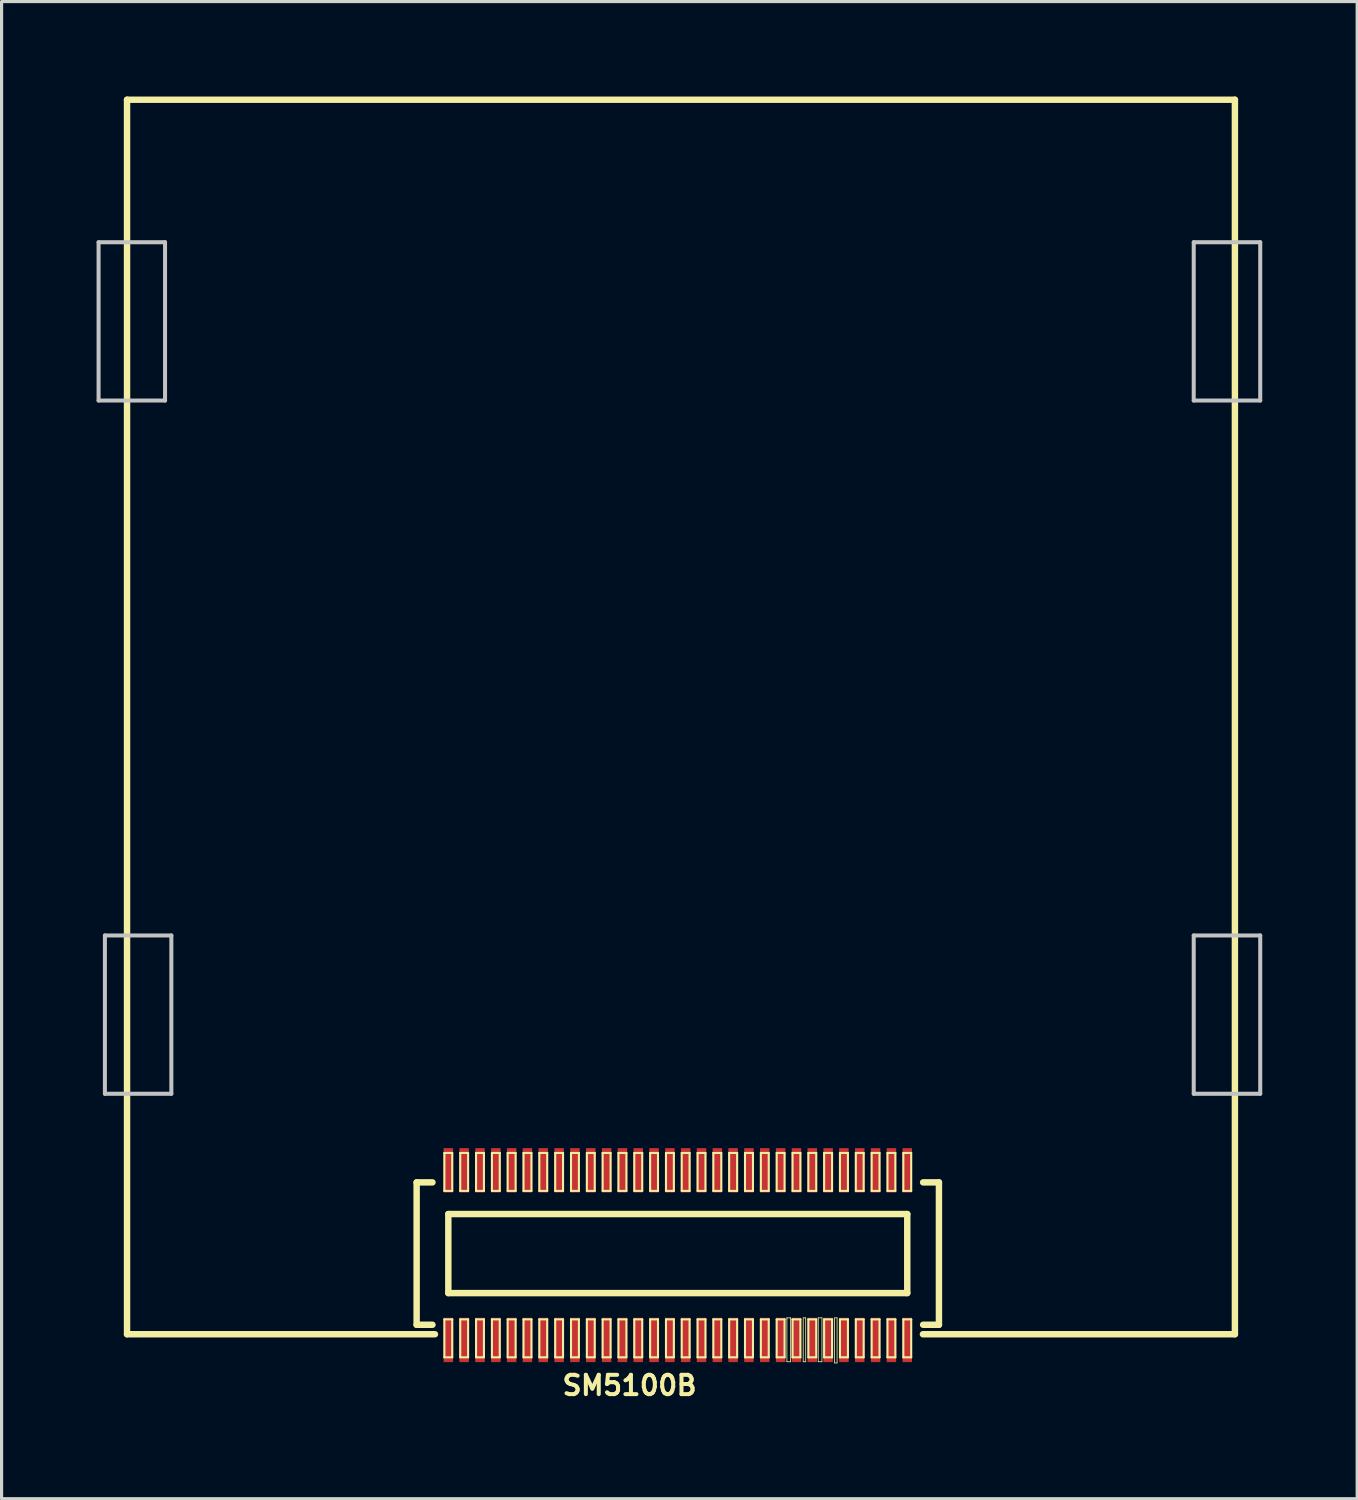
<source format=kicad_pcb>
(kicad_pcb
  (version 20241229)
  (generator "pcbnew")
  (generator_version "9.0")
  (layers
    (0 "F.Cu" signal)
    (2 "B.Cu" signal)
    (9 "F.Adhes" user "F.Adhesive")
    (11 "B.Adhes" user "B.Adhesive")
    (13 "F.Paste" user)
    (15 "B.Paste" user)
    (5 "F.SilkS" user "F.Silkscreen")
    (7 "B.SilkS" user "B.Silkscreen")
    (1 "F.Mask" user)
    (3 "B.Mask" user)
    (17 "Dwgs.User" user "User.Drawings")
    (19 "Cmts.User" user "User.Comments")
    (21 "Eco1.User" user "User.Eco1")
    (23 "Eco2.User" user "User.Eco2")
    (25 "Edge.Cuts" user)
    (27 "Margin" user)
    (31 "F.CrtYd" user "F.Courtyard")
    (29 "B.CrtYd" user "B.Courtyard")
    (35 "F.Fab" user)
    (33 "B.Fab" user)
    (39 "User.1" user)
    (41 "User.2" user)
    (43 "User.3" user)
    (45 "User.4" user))
  (footprint "SM5100B"
    (layer "F.Cu")
    (at 18.362 36.601)
    (property "Reference" "SM5100B" (at -1.524 4.115 180) (layer "F.SilkS") (effects (font (size 0.61 0.61) (thickness 0.127))))
    (attr smd)
    (fp_line (start -17.399 -36.5) (end 17.6 -36.5) (stroke (width 0.203) (type solid)) (layer "F.SilkS"))
    (fp_line (start -17.399 2.499) (end -17.399 -36.5) (stroke (width 0.203) (type solid)) (layer "F.SilkS"))
    (fp_line (start -8.25 -2.299) (end -8.25 2.2) (stroke (width 0.203) (type solid)) (layer "F.SilkS"))
    (fp_line (start -8.25 2.2) (end -7.75 2.2) (stroke (width 0.203) (type solid)) (layer "F.SilkS"))
    (fp_line (start -7.75 -2.299) (end -8.25 -2.299) (stroke (width 0.203) (type solid)) (layer "F.SilkS"))
    (fp_line (start -7.671 2.499) (end -17.399 2.499) (stroke (width 0.203) (type solid)) (layer "F.SilkS"))
    (fp_line (start -7.374 -3.228) (end -7.125 -3.228) (stroke (width 0.066) (type solid)) (layer "F.SilkS"))
    (fp_line (start -7.374 -2.029) (end -7.374 -3.228) (stroke (width 0.066) (type solid)) (layer "F.SilkS"))
    (fp_line (start -7.374 -2.029) (end -7.125 -2.029) (stroke (width 0.066) (type solid)) (layer "F.SilkS"))
    (fp_line (start -7.374 2.029) (end -7.125 2.029) (stroke (width 0.066) (type solid)) (layer "F.SilkS"))
    (fp_line (start -7.374 3.228) (end -7.374 2.029) (stroke (width 0.066) (type solid)) (layer "F.SilkS"))
    (fp_line (start -7.374 3.228) (end -7.125 3.228) (stroke (width 0.066) (type solid)) (layer "F.SilkS"))
    (fp_line (start -7.249 -1.298) (end 7.249 -1.298) (stroke (width 0.203) (type solid)) (layer "F.SilkS"))
    (fp_line (start -7.249 1.199) (end -7.249 -1.298) (stroke (width 0.203) (type solid)) (layer "F.SilkS"))
    (fp_line (start -7.125 -2.029) (end -7.125 -3.228) (stroke (width 0.066) (type solid)) (layer "F.SilkS"))
    (fp_line (start -7.125 3.228) (end -7.125 2.029) (stroke (width 0.066) (type solid)) (layer "F.SilkS"))
    (fp_line (start -6.873 -3.228) (end -6.624 -3.228) (stroke (width 0.066) (type solid)) (layer "F.SilkS"))
    (fp_line (start -6.873 -2.029) (end -6.873 -3.228) (stroke (width 0.066) (type solid)) (layer "F.SilkS"))
    (fp_line (start -6.873 -2.029) (end -6.624 -2.029) (stroke (width 0.066) (type solid)) (layer "F.SilkS"))
    (fp_line (start -6.873 2.029) (end -6.624 2.029) (stroke (width 0.066) (type solid)) (layer "F.SilkS"))
    (fp_line (start -6.873 3.228) (end -6.873 2.029) (stroke (width 0.066) (type solid)) (layer "F.SilkS"))
    (fp_line (start -6.873 3.228) (end -6.624 3.228) (stroke (width 0.066) (type solid)) (layer "F.SilkS"))
    (fp_line (start -6.624 -2.029) (end -6.624 -3.228) (stroke (width 0.066) (type solid)) (layer "F.SilkS"))
    (fp_line (start -6.624 3.228) (end -6.624 2.029) (stroke (width 0.066) (type solid)) (layer "F.SilkS"))
    (fp_line (start -6.373 -3.228) (end -6.124 -3.228) (stroke (width 0.066) (type solid)) (layer "F.SilkS"))
    (fp_line (start -6.373 -2.029) (end -6.373 -3.228) (stroke (width 0.066) (type solid)) (layer "F.SilkS"))
    (fp_line (start -6.373 -2.029) (end -6.124 -2.029) (stroke (width 0.066) (type solid)) (layer "F.SilkS"))
    (fp_line (start -6.373 2.029) (end -6.124 2.029) (stroke (width 0.066) (type solid)) (layer "F.SilkS"))
    (fp_line (start -6.373 3.228) (end -6.373 2.029) (stroke (width 0.066) (type solid)) (layer "F.SilkS"))
    (fp_line (start -6.373 3.228) (end -6.124 3.228) (stroke (width 0.066) (type solid)) (layer "F.SilkS"))
    (fp_line (start -6.124 -2.029) (end -6.124 -3.228) (stroke (width 0.066) (type solid)) (layer "F.SilkS"))
    (fp_line (start -6.124 3.228) (end -6.124 2.029) (stroke (width 0.066) (type solid)) (layer "F.SilkS"))
    (fp_line (start -5.872 -3.228) (end -5.624 -3.228) (stroke (width 0.066) (type solid)) (layer "F.SilkS"))
    (fp_line (start -5.872 -2.029) (end -5.872 -3.228) (stroke (width 0.066) (type solid)) (layer "F.SilkS"))
    (fp_line (start -5.872 -2.029) (end -5.624 -2.029) (stroke (width 0.066) (type solid)) (layer "F.SilkS"))
    (fp_line (start -5.872 2.029) (end -5.624 2.029) (stroke (width 0.066) (type solid)) (layer "F.SilkS"))
    (fp_line (start -5.872 3.228) (end -5.872 2.029) (stroke (width 0.066) (type solid)) (layer "F.SilkS"))
    (fp_line (start -5.872 3.228) (end -5.624 3.228) (stroke (width 0.066) (type solid)) (layer "F.SilkS"))
    (fp_line (start -5.624 -2.029) (end -5.624 -3.228) (stroke (width 0.066) (type solid)) (layer "F.SilkS"))
    (fp_line (start -5.624 3.228) (end -5.624 2.029) (stroke (width 0.066) (type solid)) (layer "F.SilkS"))
    (fp_line (start -5.375 -3.228) (end -5.123 -3.228) (stroke (width 0.066) (type solid)) (layer "F.SilkS"))
    (fp_line (start -5.375 -2.029) (end -5.375 -3.228) (stroke (width 0.066) (type solid)) (layer "F.SilkS"))
    (fp_line (start -5.375 -2.029) (end -5.123 -2.029) (stroke (width 0.066) (type solid)) (layer "F.SilkS"))
    (fp_line (start -5.375 2.029) (end -5.123 2.029) (stroke (width 0.066) (type solid)) (layer "F.SilkS"))
    (fp_line (start -5.375 3.228) (end -5.375 2.029) (stroke (width 0.066) (type solid)) (layer "F.SilkS"))
    (fp_line (start -5.375 3.228) (end -5.123 3.228) (stroke (width 0.066) (type solid)) (layer "F.SilkS"))
    (fp_line (start -5.123 -2.029) (end -5.123 -3.228) (stroke (width 0.066) (type solid)) (layer "F.SilkS"))
    (fp_line (start -5.123 3.228) (end -5.123 2.029) (stroke (width 0.066) (type solid)) (layer "F.SilkS"))
    (fp_line (start -4.874 -3.228) (end -4.623 -3.228) (stroke (width 0.066) (type solid)) (layer "F.SilkS"))
    (fp_line (start -4.874 -2.029) (end -4.874 -3.228) (stroke (width 0.066) (type solid)) (layer "F.SilkS"))
    (fp_line (start -4.874 -2.029) (end -4.623 -2.029) (stroke (width 0.066) (type solid)) (layer "F.SilkS"))
    (fp_line (start -4.874 2.029) (end -4.623 2.029) (stroke (width 0.066) (type solid)) (layer "F.SilkS"))
    (fp_line (start -4.874 3.228) (end -4.874 2.029) (stroke (width 0.066) (type solid)) (layer "F.SilkS"))
    (fp_line (start -4.874 3.228) (end -4.623 3.228) (stroke (width 0.066) (type solid)) (layer "F.SilkS"))
    (fp_line (start -4.623 -2.029) (end -4.623 -3.228) (stroke (width 0.066) (type solid)) (layer "F.SilkS"))
    (fp_line (start -4.623 3.228) (end -4.623 2.029) (stroke (width 0.066) (type solid)) (layer "F.SilkS"))
    (fp_line (start -4.374 -3.228) (end -4.125 -3.228) (stroke (width 0.066) (type solid)) (layer "F.SilkS"))
    (fp_line (start -4.374 -2.029) (end -4.374 -3.228) (stroke (width 0.066) (type solid)) (layer "F.SilkS"))
    (fp_line (start -4.374 -2.029) (end -4.125 -2.029) (stroke (width 0.066) (type solid)) (layer "F.SilkS"))
    (fp_line (start -4.374 2.029) (end -4.125 2.029) (stroke (width 0.066) (type solid)) (layer "F.SilkS"))
    (fp_line (start -4.374 3.228) (end -4.374 2.029) (stroke (width 0.066) (type solid)) (layer "F.SilkS"))
    (fp_line (start -4.374 3.228) (end -4.125 3.228) (stroke (width 0.066) (type solid)) (layer "F.SilkS"))
    (fp_line (start -4.125 -2.029) (end -4.125 -3.228) (stroke (width 0.066) (type solid)) (layer "F.SilkS"))
    (fp_line (start -4.125 3.228) (end -4.125 2.029) (stroke (width 0.066) (type solid)) (layer "F.SilkS"))
    (fp_line (start -3.873 -3.228) (end -3.625 -3.228) (stroke (width 0.066) (type solid)) (layer "F.SilkS"))
    (fp_line (start -3.873 -2.029) (end -3.873 -3.228) (stroke (width 0.066) (type solid)) (layer "F.SilkS"))
    (fp_line (start -3.873 -2.029) (end -3.625 -2.029) (stroke (width 0.066) (type solid)) (layer "F.SilkS"))
    (fp_line (start -3.873 2.029) (end -3.625 2.029) (stroke (width 0.066) (type solid)) (layer "F.SilkS"))
    (fp_line (start -3.873 3.228) (end -3.873 2.029) (stroke (width 0.066) (type solid)) (layer "F.SilkS"))
    (fp_line (start -3.873 3.228) (end -3.625 3.228) (stroke (width 0.066) (type solid)) (layer "F.SilkS"))
    (fp_line (start -3.625 -2.029) (end -3.625 -3.228) (stroke (width 0.066) (type solid)) (layer "F.SilkS"))
    (fp_line (start -3.625 3.228) (end -3.625 2.029) (stroke (width 0.066) (type solid)) (layer "F.SilkS"))
    (fp_line (start -3.373 -3.228) (end -3.124 -3.228) (stroke (width 0.066) (type solid)) (layer "F.SilkS"))
    (fp_line (start -3.373 -2.029) (end -3.373 -3.228) (stroke (width 0.066) (type solid)) (layer "F.SilkS"))
    (fp_line (start -3.373 -2.029) (end -3.124 -2.029) (stroke (width 0.066) (type solid)) (layer "F.SilkS"))
    (fp_line (start -3.373 2.029) (end -3.124 2.029) (stroke (width 0.066) (type solid)) (layer "F.SilkS"))
    (fp_line (start -3.373 3.228) (end -3.373 2.029) (stroke (width 0.066) (type solid)) (layer "F.SilkS"))
    (fp_line (start -3.373 3.228) (end -3.124 3.228) (stroke (width 0.066) (type solid)) (layer "F.SilkS"))
    (fp_line (start -3.124 -2.029) (end -3.124 -3.228) (stroke (width 0.066) (type solid)) (layer "F.SilkS"))
    (fp_line (start -3.124 3.228) (end -3.124 2.029) (stroke (width 0.066) (type solid)) (layer "F.SilkS"))
    (fp_line (start -2.873 -3.228) (end -2.624 -3.228) (stroke (width 0.066) (type solid)) (layer "F.SilkS"))
    (fp_line (start -2.873 -2.029) (end -2.873 -3.228) (stroke (width 0.066) (type solid)) (layer "F.SilkS"))
    (fp_line (start -2.873 -2.029) (end -2.624 -2.029) (stroke (width 0.066) (type solid)) (layer "F.SilkS"))
    (fp_line (start -2.873 2.029) (end -2.624 2.029) (stroke (width 0.066) (type solid)) (layer "F.SilkS"))
    (fp_line (start -2.873 3.228) (end -2.873 2.029) (stroke (width 0.066) (type solid)) (layer "F.SilkS"))
    (fp_line (start -2.873 3.228) (end -2.624 3.228) (stroke (width 0.066) (type solid)) (layer "F.SilkS"))
    (fp_line (start -2.624 -2.029) (end -2.624 -3.228) (stroke (width 0.066) (type solid)) (layer "F.SilkS"))
    (fp_line (start -2.624 3.228) (end -2.624 2.029) (stroke (width 0.066) (type solid)) (layer "F.SilkS"))
    (fp_line (start -2.375 -3.228) (end -2.123 -3.228) (stroke (width 0.066) (type solid)) (layer "F.SilkS"))
    (fp_line (start -2.375 -2.029) (end -2.375 -3.228) (stroke (width 0.066) (type solid)) (layer "F.SilkS"))
    (fp_line (start -2.375 -2.029) (end -2.123 -2.029) (stroke (width 0.066) (type solid)) (layer "F.SilkS"))
    (fp_line (start -2.375 2.029) (end -2.123 2.029) (stroke (width 0.066) (type solid)) (layer "F.SilkS"))
    (fp_line (start -2.375 3.228) (end -2.375 2.029) (stroke (width 0.066) (type solid)) (layer "F.SilkS"))
    (fp_line (start -2.375 3.228) (end -2.123 3.228) (stroke (width 0.066) (type solid)) (layer "F.SilkS"))
    (fp_line (start -2.123 -2.029) (end -2.123 -3.228) (stroke (width 0.066) (type solid)) (layer "F.SilkS"))
    (fp_line (start -2.123 3.228) (end -2.123 2.029) (stroke (width 0.066) (type solid)) (layer "F.SilkS"))
    (fp_line (start -1.875 -3.228) (end -1.623 -3.228) (stroke (width 0.066) (type solid)) (layer "F.SilkS"))
    (fp_line (start -1.875 -2.029) (end -1.875 -3.228) (stroke (width 0.066) (type solid)) (layer "F.SilkS"))
    (fp_line (start -1.875 -2.029) (end -1.623 -2.029) (stroke (width 0.066) (type solid)) (layer "F.SilkS"))
    (fp_line (start -1.875 2.029) (end -1.623 2.029) (stroke (width 0.066) (type solid)) (layer "F.SilkS"))
    (fp_line (start -1.875 3.228) (end -1.875 2.029) (stroke (width 0.066) (type solid)) (layer "F.SilkS"))
    (fp_line (start -1.875 3.228) (end -1.623 3.228) (stroke (width 0.066) (type solid)) (layer "F.SilkS"))
    (fp_line (start -1.623 -2.029) (end -1.623 -3.228) (stroke (width 0.066) (type solid)) (layer "F.SilkS"))
    (fp_line (start -1.623 3.228) (end -1.623 2.029) (stroke (width 0.066) (type solid)) (layer "F.SilkS"))
    (fp_line (start -1.374 -3.228) (end -1.123 -3.228) (stroke (width 0.066) (type solid)) (layer "F.SilkS"))
    (fp_line (start -1.374 -2.029) (end -1.374 -3.228) (stroke (width 0.066) (type solid)) (layer "F.SilkS"))
    (fp_line (start -1.374 -2.029) (end -1.123 -2.029) (stroke (width 0.066) (type solid)) (layer "F.SilkS"))
    (fp_line (start -1.374 2.029) (end -1.123 2.029) (stroke (width 0.066) (type solid)) (layer "F.SilkS"))
    (fp_line (start -1.374 3.228) (end -1.374 2.029) (stroke (width 0.066) (type solid)) (layer "F.SilkS"))
    (fp_line (start -1.374 3.228) (end -1.123 3.228) (stroke (width 0.066) (type solid)) (layer "F.SilkS"))
    (fp_line (start -1.123 -2.029) (end -1.123 -3.228) (stroke (width 0.066) (type solid)) (layer "F.SilkS"))
    (fp_line (start -1.123 3.228) (end -1.123 2.029) (stroke (width 0.066) (type solid)) (layer "F.SilkS"))
    (fp_line (start -0.874 -3.228) (end -0.625 -3.228) (stroke (width 0.066) (type solid)) (layer "F.SilkS"))
    (fp_line (start -0.874 -2.029) (end -0.874 -3.228) (stroke (width 0.066) (type solid)) (layer "F.SilkS"))
    (fp_line (start -0.874 -2.029) (end -0.625 -2.029) (stroke (width 0.066) (type solid)) (layer "F.SilkS"))
    (fp_line (start -0.874 2.029) (end -0.625 2.029) (stroke (width 0.066) (type solid)) (layer "F.SilkS"))
    (fp_line (start -0.874 3.228) (end -0.874 2.029) (stroke (width 0.066) (type solid)) (layer "F.SilkS"))
    (fp_line (start -0.874 3.228) (end -0.625 3.228) (stroke (width 0.066) (type solid)) (layer "F.SilkS"))
    (fp_line (start -0.625 -2.029) (end -0.625 -3.228) (stroke (width 0.066) (type solid)) (layer "F.SilkS"))
    (fp_line (start -0.625 3.228) (end -0.625 2.029) (stroke (width 0.066) (type solid)) (layer "F.SilkS"))
    (fp_line (start -0.373 -3.228) (end -0.124 -3.228) (stroke (width 0.066) (type solid)) (layer "F.SilkS"))
    (fp_line (start -0.373 -2.029) (end -0.373 -3.228) (stroke (width 0.066) (type solid)) (layer "F.SilkS"))
    (fp_line (start -0.373 -2.029) (end -0.124 -2.029) (stroke (width 0.066) (type solid)) (layer "F.SilkS"))
    (fp_line (start -0.373 2.029) (end -0.124 2.029) (stroke (width 0.066) (type solid)) (layer "F.SilkS"))
    (fp_line (start -0.373 3.228) (end -0.373 2.029) (stroke (width 0.066) (type solid)) (layer "F.SilkS"))
    (fp_line (start -0.373 3.228) (end -0.124 3.228) (stroke (width 0.066) (type solid)) (layer "F.SilkS"))
    (fp_line (start -0.124 -2.029) (end -0.124 -3.228) (stroke (width 0.066) (type solid)) (layer "F.SilkS"))
    (fp_line (start -0.124 3.228) (end -0.124 2.029) (stroke (width 0.066) (type solid)) (layer "F.SilkS"))
    (fp_line (start 0.124 -3.228) (end 0.373 -3.228) (stroke (width 0.066) (type solid)) (layer "F.SilkS"))
    (fp_line (start 0.124 -2.029) (end 0.124 -3.228) (stroke (width 0.066) (type solid)) (layer "F.SilkS"))
    (fp_line (start 0.124 -2.029) (end 0.373 -2.029) (stroke (width 0.066) (type solid)) (layer "F.SilkS"))
    (fp_line (start 0.124 2.029) (end 0.373 2.029) (stroke (width 0.066) (type solid)) (layer "F.SilkS"))
    (fp_line (start 0.124 3.228) (end 0.124 2.029) (stroke (width 0.066) (type solid)) (layer "F.SilkS"))
    (fp_line (start 0.124 3.228) (end 0.373 3.228) (stroke (width 0.066) (type solid)) (layer "F.SilkS"))
    (fp_line (start 0.373 -2.029) (end 0.373 -3.228) (stroke (width 0.066) (type solid)) (layer "F.SilkS"))
    (fp_line (start 0.373 3.228) (end 0.373 2.029) (stroke (width 0.066) (type solid)) (layer "F.SilkS"))
    (fp_line (start 0.625 -3.228) (end 0.874 -3.228) (stroke (width 0.066) (type solid)) (layer "F.SilkS"))
    (fp_line (start 0.625 -2.029) (end 0.625 -3.228) (stroke (width 0.066) (type solid)) (layer "F.SilkS"))
    (fp_line (start 0.625 -2.029) (end 0.874 -2.029) (stroke (width 0.066) (type solid)) (layer "F.SilkS"))
    (fp_line (start 0.625 2.029) (end 0.874 2.029) (stroke (width 0.066) (type solid)) (layer "F.SilkS"))
    (fp_line (start 0.625 3.228) (end 0.625 2.029) (stroke (width 0.066) (type solid)) (layer "F.SilkS"))
    (fp_line (start 0.625 3.228) (end 0.874 3.228) (stroke (width 0.066) (type solid)) (layer "F.SilkS"))
    (fp_line (start 0.874 -2.029) (end 0.874 -3.228) (stroke (width 0.066) (type solid)) (layer "F.SilkS"))
    (fp_line (start 0.874 3.228) (end 0.874 2.029) (stroke (width 0.066) (type solid)) (layer "F.SilkS"))
    (fp_line (start 1.123 -3.228) (end 1.374 -3.228) (stroke (width 0.066) (type solid)) (layer "F.SilkS"))
    (fp_line (start 1.123 -2.029) (end 1.123 -3.228) (stroke (width 0.066) (type solid)) (layer "F.SilkS"))
    (fp_line (start 1.123 -2.029) (end 1.374 -2.029) (stroke (width 0.066) (type solid)) (layer "F.SilkS"))
    (fp_line (start 1.123 2.029) (end 1.374 2.029) (stroke (width 0.066) (type solid)) (layer "F.SilkS"))
    (fp_line (start 1.123 3.228) (end 1.123 2.029) (stroke (width 0.066) (type solid)) (layer "F.SilkS"))
    (fp_line (start 1.123 3.228) (end 1.374 3.228) (stroke (width 0.066) (type solid)) (layer "F.SilkS"))
    (fp_line (start 1.374 -2.029) (end 1.374 -3.228) (stroke (width 0.066) (type solid)) (layer "F.SilkS"))
    (fp_line (start 1.374 3.228) (end 1.374 2.029) (stroke (width 0.066) (type solid)) (layer "F.SilkS"))
    (fp_line (start 1.623 -3.228) (end 1.875 -3.228) (stroke (width 0.066) (type solid)) (layer "F.SilkS"))
    (fp_line (start 1.623 -2.029) (end 1.623 -3.228) (stroke (width 0.066) (type solid)) (layer "F.SilkS"))
    (fp_line (start 1.623 -2.029) (end 1.875 -2.029) (stroke (width 0.066) (type solid)) (layer "F.SilkS"))
    (fp_line (start 1.623 2.029) (end 1.875 2.029) (stroke (width 0.066) (type solid)) (layer "F.SilkS"))
    (fp_line (start 1.623 3.228) (end 1.623 2.029) (stroke (width 0.066) (type solid)) (layer "F.SilkS"))
    (fp_line (start 1.623 3.228) (end 1.875 3.228) (stroke (width 0.066) (type solid)) (layer "F.SilkS"))
    (fp_line (start 1.875 -2.029) (end 1.875 -3.228) (stroke (width 0.066) (type solid)) (layer "F.SilkS"))
    (fp_line (start 1.875 3.228) (end 1.875 2.029) (stroke (width 0.066) (type solid)) (layer "F.SilkS"))
    (fp_line (start 2.123 -3.228) (end 2.375 -3.228) (stroke (width 0.066) (type solid)) (layer "F.SilkS"))
    (fp_line (start 2.123 -2.029) (end 2.123 -3.228) (stroke (width 0.066) (type solid)) (layer "F.SilkS"))
    (fp_line (start 2.123 -2.029) (end 2.375 -2.029) (stroke (width 0.066) (type solid)) (layer "F.SilkS"))
    (fp_line (start 2.123 2.029) (end 2.375 2.029) (stroke (width 0.066) (type solid)) (layer "F.SilkS"))
    (fp_line (start 2.123 3.228) (end 2.123 2.029) (stroke (width 0.066) (type solid)) (layer "F.SilkS"))
    (fp_line (start 2.123 3.228) (end 2.375 3.228) (stroke (width 0.066) (type solid)) (layer "F.SilkS"))
    (fp_line (start 2.375 -2.029) (end 2.375 -3.228) (stroke (width 0.066) (type solid)) (layer "F.SilkS"))
    (fp_line (start 2.375 3.228) (end 2.375 2.029) (stroke (width 0.066) (type solid)) (layer "F.SilkS"))
    (fp_line (start 2.624 -3.228) (end 2.873 -3.228) (stroke (width 0.066) (type solid)) (layer "F.SilkS"))
    (fp_line (start 2.624 -2.029) (end 2.624 -3.228) (stroke (width 0.066) (type solid)) (layer "F.SilkS"))
    (fp_line (start 2.624 -2.029) (end 2.873 -2.029) (stroke (width 0.066) (type solid)) (layer "F.SilkS"))
    (fp_line (start 2.624 2.029) (end 2.873 2.029) (stroke (width 0.066) (type solid)) (layer "F.SilkS"))
    (fp_line (start 2.624 3.228) (end 2.624 2.029) (stroke (width 0.066) (type solid)) (layer "F.SilkS"))
    (fp_line (start 2.624 3.228) (end 2.873 3.228) (stroke (width 0.066) (type solid)) (layer "F.SilkS"))
    (fp_line (start 2.873 -2.029) (end 2.873 -3.228) (stroke (width 0.066) (type solid)) (layer "F.SilkS"))
    (fp_line (start 2.873 3.228) (end 2.873 2.029) (stroke (width 0.066) (type solid)) (layer "F.SilkS"))
    (fp_line (start 3.124 -3.228) (end 3.373 -3.228) (stroke (width 0.066) (type solid)) (layer "F.SilkS"))
    (fp_line (start 3.124 -2.029) (end 3.124 -3.228) (stroke (width 0.066) (type solid)) (layer "F.SilkS"))
    (fp_line (start 3.124 -2.029) (end 3.373 -2.029) (stroke (width 0.066) (type solid)) (layer "F.SilkS"))
    (fp_line (start 3.124 2.029) (end 3.373 2.029) (stroke (width 0.066) (type solid)) (layer "F.SilkS"))
    (fp_line (start 3.124 3.228) (end 3.124 2.029) (stroke (width 0.066) (type solid)) (layer "F.SilkS"))
    (fp_line (start 3.124 3.228) (end 3.373 3.228) (stroke (width 0.066) (type solid)) (layer "F.SilkS"))
    (fp_line (start 3.373 -2.029) (end 3.373 -3.228) (stroke (width 0.066) (type solid)) (layer "F.SilkS"))
    (fp_line (start 3.373 3.228) (end 3.373 2.029) (stroke (width 0.066) (type solid)) (layer "F.SilkS"))
    (fp_line (start 3.447 1.981) (end 3.564 1.981) (stroke (width 0.025) (type solid)) (layer "F.SilkS"))
    (fp_line (start 3.447 2.019) (end 3.447 1.981) (stroke (width 0.025) (type solid)) (layer "F.SilkS"))
    (fp_line (start 3.447 3.368) (end 3.447 2.019) (stroke (width 0.025) (type solid)) (layer "F.SilkS"))
    (fp_line (start 3.564 1.981) (end 3.564 3.368) (stroke (width 0.025) (type solid)) (layer "F.SilkS"))
    (fp_line (start 3.564 3.368) (end 3.447 3.368) (stroke (width 0.025) (type solid)) (layer "F.SilkS"))
    (fp_line (start 3.625 -3.228) (end 3.873 -3.228) (stroke (width 0.066) (type solid)) (layer "F.SilkS"))
    (fp_line (start 3.625 -2.029) (end 3.625 -3.228) (stroke (width 0.066) (type solid)) (layer "F.SilkS"))
    (fp_line (start 3.625 -2.029) (end 3.873 -2.029) (stroke (width 0.066) (type solid)) (layer "F.SilkS"))
    (fp_line (start 3.625 2.029) (end 3.873 2.029) (stroke (width 0.066) (type solid)) (layer "F.SilkS"))
    (fp_line (start 3.625 3.228) (end 3.625 2.029) (stroke (width 0.066) (type solid)) (layer "F.SilkS"))
    (fp_line (start 3.625 3.228) (end 3.873 3.228) (stroke (width 0.066) (type solid)) (layer "F.SilkS"))
    (fp_line (start 3.873 -2.029) (end 3.873 -3.228) (stroke (width 0.066) (type solid)) (layer "F.SilkS"))
    (fp_line (start 3.873 3.228) (end 3.873 2.029) (stroke (width 0.066) (type solid)) (layer "F.SilkS"))
    (fp_line (start 3.962 1.981) (end 4.041 1.981) (stroke (width 0.025) (type solid)) (layer "F.SilkS"))
    (fp_line (start 3.962 3.368) (end 3.962 1.981) (stroke (width 0.025) (type solid)) (layer "F.SilkS"))
    (fp_line (start 4.041 1.981) (end 4.041 3.368) (stroke (width 0.025) (type solid)) (layer "F.SilkS"))
    (fp_line (start 4.041 3.368) (end 3.962 3.368) (stroke (width 0.025) (type solid)) (layer "F.SilkS"))
    (fp_line (start 4.125 -3.228) (end 4.374 -3.228) (stroke (width 0.066) (type solid)) (layer "F.SilkS"))
    (fp_line (start 4.125 -2.029) (end 4.125 -3.228) (stroke (width 0.066) (type solid)) (layer "F.SilkS"))
    (fp_line (start 4.125 -2.029) (end 4.374 -2.029) (stroke (width 0.066) (type solid)) (layer "F.SilkS"))
    (fp_line (start 4.125 2.029) (end 4.374 2.029) (stroke (width 0.066) (type solid)) (layer "F.SilkS"))
    (fp_line (start 4.125 3.228) (end 4.125 2.029) (stroke (width 0.066) (type solid)) (layer "F.SilkS"))
    (fp_line (start 4.125 3.228) (end 4.374 3.228) (stroke (width 0.066) (type solid)) (layer "F.SilkS"))
    (fp_line (start 4.374 -2.029) (end 4.374 -3.228) (stroke (width 0.066) (type solid)) (layer "F.SilkS"))
    (fp_line (start 4.374 3.228) (end 4.374 2.029) (stroke (width 0.066) (type solid)) (layer "F.SilkS"))
    (fp_line (start 4.437 1.981) (end 4.554 1.981) (stroke (width 0.025) (type solid)) (layer "F.SilkS"))
    (fp_line (start 4.437 3.368) (end 4.437 1.981) (stroke (width 0.025) (type solid)) (layer "F.SilkS"))
    (fp_line (start 4.554 1.981) (end 4.554 3.368) (stroke (width 0.025) (type solid)) (layer "F.SilkS"))
    (fp_line (start 4.554 3.368) (end 4.437 3.368) (stroke (width 0.025) (type solid)) (layer "F.SilkS"))
    (fp_line (start 4.623 -3.228) (end 4.874 -3.228) (stroke (width 0.066) (type solid)) (layer "F.SilkS"))
    (fp_line (start 4.623 -2.029) (end 4.623 -3.228) (stroke (width 0.066) (type solid)) (layer "F.SilkS"))
    (fp_line (start 4.623 -2.029) (end 4.874 -2.029) (stroke (width 0.066) (type solid)) (layer "F.SilkS"))
    (fp_line (start 4.623 2.029) (end 4.874 2.029) (stroke (width 0.066) (type solid)) (layer "F.SilkS"))
    (fp_line (start 4.623 3.228) (end 4.623 2.029) (stroke (width 0.066) (type solid)) (layer "F.SilkS"))
    (fp_line (start 4.623 3.228) (end 4.874 3.228) (stroke (width 0.066) (type solid)) (layer "F.SilkS"))
    (fp_line (start 4.874 -2.029) (end 4.874 -3.228) (stroke (width 0.066) (type solid)) (layer "F.SilkS"))
    (fp_line (start 4.874 3.228) (end 4.874 2.029) (stroke (width 0.066) (type solid)) (layer "F.SilkS"))
    (fp_line (start 4.953 1.981) (end 4.953 3.406) (stroke (width 0.025) (type solid)) (layer "F.SilkS"))
    (fp_line (start 4.953 3.406) (end 5.032 3.406) (stroke (width 0.025) (type solid)) (layer "F.SilkS"))
    (fp_line (start 5.032 1.981) (end 4.953 1.981) (stroke (width 0.025) (type solid)) (layer "F.SilkS"))
    (fp_line (start 5.032 3.406) (end 5.032 1.981) (stroke (width 0.025) (type solid)) (layer "F.SilkS"))
    (fp_line (start 5.123 -3.228) (end 5.375 -3.228) (stroke (width 0.066) (type solid)) (layer "F.SilkS"))
    (fp_line (start 5.123 -2.029) (end 5.123 -3.228) (stroke (width 0.066) (type solid)) (layer "F.SilkS"))
    (fp_line (start 5.123 -2.029) (end 5.375 -2.029) (stroke (width 0.066) (type solid)) (layer "F.SilkS"))
    (fp_line (start 5.123 2.029) (end 5.375 2.029) (stroke (width 0.066) (type solid)) (layer "F.SilkS"))
    (fp_line (start 5.123 3.228) (end 5.123 2.029) (stroke (width 0.066) (type solid)) (layer "F.SilkS"))
    (fp_line (start 5.123 3.228) (end 5.375 3.228) (stroke (width 0.066) (type solid)) (layer "F.SilkS"))
    (fp_line (start 5.375 -2.029) (end 5.375 -3.228) (stroke (width 0.066) (type solid)) (layer "F.SilkS"))
    (fp_line (start 5.375 3.228) (end 5.375 2.029) (stroke (width 0.066) (type solid)) (layer "F.SilkS"))
    (fp_line (start 5.624 -3.228) (end 5.872 -3.228) (stroke (width 0.066) (type solid)) (layer "F.SilkS"))
    (fp_line (start 5.624 -2.029) (end 5.624 -3.228) (stroke (width 0.066) (type solid)) (layer "F.SilkS"))
    (fp_line (start 5.624 -2.029) (end 5.872 -2.029) (stroke (width 0.066) (type solid)) (layer "F.SilkS"))
    (fp_line (start 5.624 2.029) (end 5.872 2.029) (stroke (width 0.066) (type solid)) (layer "F.SilkS"))
    (fp_line (start 5.624 3.228) (end 5.624 2.029) (stroke (width 0.066) (type solid)) (layer "F.SilkS"))
    (fp_line (start 5.624 3.228) (end 5.872 3.228) (stroke (width 0.066) (type solid)) (layer "F.SilkS"))
    (fp_line (start 5.872 -2.029) (end 5.872 -3.228) (stroke (width 0.066) (type solid)) (layer "F.SilkS"))
    (fp_line (start 5.872 3.228) (end 5.872 2.029) (stroke (width 0.066) (type solid)) (layer "F.SilkS"))
    (fp_line (start 6.124 -3.228) (end 6.373 -3.228) (stroke (width 0.066) (type solid)) (layer "F.SilkS"))
    (fp_line (start 6.124 -2.029) (end 6.124 -3.228) (stroke (width 0.066) (type solid)) (layer "F.SilkS"))
    (fp_line (start 6.124 -2.029) (end 6.373 -2.029) (stroke (width 0.066) (type solid)) (layer "F.SilkS"))
    (fp_line (start 6.124 2.029) (end 6.373 2.029) (stroke (width 0.066) (type solid)) (layer "F.SilkS"))
    (fp_line (start 6.124 3.228) (end 6.124 2.029) (stroke (width 0.066) (type solid)) (layer "F.SilkS"))
    (fp_line (start 6.124 3.228) (end 6.373 3.228) (stroke (width 0.066) (type solid)) (layer "F.SilkS"))
    (fp_line (start 6.373 -2.029) (end 6.373 -3.228) (stroke (width 0.066) (type solid)) (layer "F.SilkS"))
    (fp_line (start 6.373 3.228) (end 6.373 2.029) (stroke (width 0.066) (type solid)) (layer "F.SilkS"))
    (fp_line (start 6.624 -3.228) (end 6.873 -3.228) (stroke (width 0.066) (type solid)) (layer "F.SilkS"))
    (fp_line (start 6.624 -2.029) (end 6.624 -3.228) (stroke (width 0.066) (type solid)) (layer "F.SilkS"))
    (fp_line (start 6.624 -2.029) (end 6.873 -2.029) (stroke (width 0.066) (type solid)) (layer "F.SilkS"))
    (fp_line (start 6.624 2.029) (end 6.873 2.029) (stroke (width 0.066) (type solid)) (layer "F.SilkS"))
    (fp_line (start 6.624 3.228) (end 6.624 2.029) (stroke (width 0.066) (type solid)) (layer "F.SilkS"))
    (fp_line (start 6.624 3.228) (end 6.873 3.228) (stroke (width 0.066) (type solid)) (layer "F.SilkS"))
    (fp_line (start 6.873 -2.029) (end 6.873 -3.228) (stroke (width 0.066) (type solid)) (layer "F.SilkS"))
    (fp_line (start 6.873 3.228) (end 6.873 2.029) (stroke (width 0.066) (type solid)) (layer "F.SilkS"))
    (fp_line (start 7.125 -3.228) (end 7.374 -3.228) (stroke (width 0.066) (type solid)) (layer "F.SilkS"))
    (fp_line (start 7.125 -2.029) (end 7.125 -3.228) (stroke (width 0.066) (type solid)) (layer "F.SilkS"))
    (fp_line (start 7.125 -2.029) (end 7.374 -2.029) (stroke (width 0.066) (type solid)) (layer "F.SilkS"))
    (fp_line (start 7.125 2.029) (end 7.374 2.029) (stroke (width 0.066) (type solid)) (layer "F.SilkS"))
    (fp_line (start 7.125 3.228) (end 7.125 2.029) (stroke (width 0.066) (type solid)) (layer "F.SilkS"))
    (fp_line (start 7.125 3.228) (end 7.374 3.228) (stroke (width 0.066) (type solid)) (layer "F.SilkS"))
    (fp_line (start 7.249 -1.298) (end 7.249 1.199) (stroke (width 0.203) (type solid)) (layer "F.SilkS"))
    (fp_line (start 7.249 1.199) (end -7.249 1.199) (stroke (width 0.203) (type solid)) (layer "F.SilkS"))
    (fp_line (start 7.374 -2.029) (end 7.374 -3.228) (stroke (width 0.066) (type solid)) (layer "F.SilkS"))
    (fp_line (start 7.374 3.228) (end 7.374 2.029) (stroke (width 0.066) (type solid)) (layer "F.SilkS"))
    (fp_line (start 7.75 -2.299) (end 8.25 -2.299) (stroke (width 0.203) (type solid)) (layer "F.SilkS"))
    (fp_line (start 8.25 -2.299) (end 8.25 2.2) (stroke (width 0.203) (type solid)) (layer "F.SilkS"))
    (fp_line (start 8.25 2.2) (end 7.75 2.2) (stroke (width 0.203) (type solid)) (layer "F.SilkS"))
    (fp_line (start 17.6 -36.5) (end 17.6 2.499) (stroke (width 0.203) (type solid)) (layer "F.SilkS"))
    (fp_line (start 17.6 2.499) (end 7.744 2.499) (stroke (width 0.203) (type solid)) (layer "F.SilkS"))
    (fp_line (start -18.298 -31.999) (end -18.298 -26.998) (stroke (width 0.127) (type solid)) (layer "Dwgs.User"))
    (fp_line (start -18.298 -26.998) (end -16.198 -26.998) (stroke (width 0.127) (type solid)) (layer "Dwgs.User"))
    (fp_line (start -18.098 -10.099) (end -18.098 -5.098) (stroke (width 0.127) (type solid)) (layer "Dwgs.User"))
    (fp_line (start -18.098 -5.098) (end -15.999 -5.098) (stroke (width 0.127) (type solid)) (layer "Dwgs.User"))
    (fp_line (start -16.198 -31.999) (end -18.298 -31.999) (stroke (width 0.127) (type solid)) (layer "Dwgs.User"))
    (fp_line (start -16.198 -26.998) (end -16.198 -31.999) (stroke (width 0.127) (type solid)) (layer "Dwgs.User"))
    (fp_line (start -15.999 -10.099) (end -18.098 -10.099) (stroke (width 0.127) (type solid)) (layer "Dwgs.User"))
    (fp_line (start -15.999 -5.098) (end -15.999 -10.099) (stroke (width 0.127) (type solid)) (layer "Dwgs.User"))
    (fp_line (start 16.299 -31.999) (end 16.299 -26.998) (stroke (width 0.127) (type solid)) (layer "Dwgs.User"))
    (fp_line (start 16.299 -26.998) (end 18.4 -26.998) (stroke (width 0.127) (type solid)) (layer "Dwgs.User"))
    (fp_line (start 16.299 -10.099) (end 16.299 -5.098) (stroke (width 0.127) (type solid)) (layer "Dwgs.User"))
    (fp_line (start 16.299 -5.098) (end 18.4 -5.098) (stroke (width 0.127) (type solid)) (layer "Dwgs.User"))
    (fp_line (start 18.4 -31.999) (end 16.299 -31.999) (stroke (width 0.127) (type solid)) (layer "Dwgs.User"))
    (fp_line (start 18.4 -26.998) (end 18.4 -31.999) (stroke (width 0.127) (type solid)) (layer "Dwgs.User"))
    (fp_line (start 18.4 -10.099) (end 16.299 -10.099) (stroke (width 0.127) (type solid)) (layer "Dwgs.User"))
    (fp_line (start 18.4 -5.098) (end 18.4 -10.099) (stroke (width 0.127) (type solid)) (layer "Dwgs.User"))
    (pad "1" smd rect (at 7.249 2.68 180) (size 0.3 1.4) (layers "F.Cu" "F.Mask" "F.Paste"))
    (pad "2" smd rect (at 7.249 -2.68 180) (size 0.3 1.4) (layers "F.Cu" "F.Mask" "F.Paste"))
    (pad "3" smd rect (at 6.749 2.68 180) (size 0.3 1.4) (layers "F.Cu" "F.Mask" "F.Paste"))
    (pad "4" smd rect (at 6.749 -2.68 180) (size 0.3 1.4) (layers "F.Cu" "F.Mask" "F.Paste"))
    (pad "5" smd rect (at 6.248 2.68 180) (size 0.3 1.4) (layers "F.Cu" "F.Mask" "F.Paste"))
    (pad "6" smd rect (at 6.248 -2.68 180) (size 0.3 1.4) (layers "F.Cu" "F.Mask" "F.Paste"))
    (pad "7" smd rect (at 5.748 2.68 180) (size 0.3 1.4) (layers "F.Cu" "F.Mask" "F.Paste"))
    (pad "8" smd rect (at 5.748 -2.68 180) (size 0.3 1.4) (layers "F.Cu" "F.Mask" "F.Paste"))
    (pad "9" smd rect (at 5.248 2.68 180) (size 0.3 1.4) (layers "F.Cu" "F.Mask" "F.Paste"))
    (pad "10" smd rect (at 5.248 -2.68 180) (size 0.3 1.4) (layers "F.Cu" "F.Mask" "F.Paste"))
    (pad "11" smd rect (at 4.75 2.68 180) (size 0.3 1.4) (layers "F.Cu" "F.Mask" "F.Paste"))
    (pad "12" smd rect (at 4.75 -2.68 180) (size 0.3 1.4) (layers "F.Cu" "F.Mask" "F.Paste"))
    (pad "13" smd rect (at 4.249 2.68 180) (size 0.3 1.4) (layers "F.Cu" "F.Mask" "F.Paste"))
    (pad "14" smd rect (at 4.249 -2.68 180) (size 0.3 1.4) (layers "F.Cu" "F.Mask" "F.Paste"))
    (pad "15" smd rect (at 3.749 2.68 180) (size 0.3 1.4) (layers "F.Cu" "F.Mask" "F.Paste"))
    (pad "16" smd rect (at 3.749 -2.68 180) (size 0.3 1.4) (layers "F.Cu" "F.Mask" "F.Paste"))
    (pad "17" smd rect (at 3.249 2.68 180) (size 0.3 1.4) (layers "F.Cu" "F.Mask" "F.Paste"))
    (pad "18" smd rect (at 3.249 -2.68 180) (size 0.3 1.4) (layers "F.Cu" "F.Mask" "F.Paste"))
    (pad "19" smd rect (at 2.748 2.68 180) (size 0.3 1.4) (layers "F.Cu" "F.Mask" "F.Paste"))
    (pad "20" smd rect (at 2.748 -2.68 180) (size 0.3 1.4) (layers "F.Cu" "F.Mask" "F.Paste"))
    (pad "21" smd rect (at 2.248 2.68 180) (size 0.3 1.4) (layers "F.Cu" "F.Mask" "F.Paste"))
    (pad "22" smd rect (at 2.248 -2.68 180) (size 0.3 1.4) (layers "F.Cu" "F.Mask" "F.Paste"))
    (pad "23" smd rect (at 1.748 2.68 180) (size 0.3 1.4) (layers "F.Cu" "F.Mask" "F.Paste"))
    (pad "24" smd rect (at 1.748 -2.68 180) (size 0.3 1.4) (layers "F.Cu" "F.Mask" "F.Paste"))
    (pad "25" smd rect (at 1.25 2.68 180) (size 0.3 1.4) (layers "F.Cu" "F.Mask" "F.Paste"))
    (pad "26" smd rect (at 1.25 -2.68 180) (size 0.3 1.4) (layers "F.Cu" "F.Mask" "F.Paste"))
    (pad "27" smd rect (at 0.749 2.68 180) (size 0.3 1.4) (layers "F.Cu" "F.Mask" "F.Paste"))
    (pad "28" smd rect (at 0.749 -2.68 180) (size 0.3 1.4) (layers "F.Cu" "F.Mask" "F.Paste"))
    (pad "29" smd rect (at 0.249 2.68 180) (size 0.3 1.4) (layers "F.Cu" "F.Mask" "F.Paste"))
    (pad "30" smd rect (at 0.249 -2.68 180) (size 0.3 1.4) (layers "F.Cu" "F.Mask" "F.Paste"))
    (pad "31" smd rect (at -0.249 2.68 180) (size 0.3 1.4) (layers "F.Cu" "F.Mask" "F.Paste"))
    (pad "32" smd rect (at -0.249 -2.68 180) (size 0.3 1.4) (layers "F.Cu" "F.Mask" "F.Paste"))
    (pad "33" smd rect (at -0.749 2.68 180) (size 0.3 1.4) (layers "F.Cu" "F.Mask" "F.Paste"))
    (pad "34" smd rect (at -0.749 -2.68 180) (size 0.3 1.4) (layers "F.Cu" "F.Mask" "F.Paste"))
    (pad "35" smd rect (at -1.25 2.68 180) (size 0.3 1.4) (layers "F.Cu" "F.Mask" "F.Paste"))
    (pad "36" smd rect (at -1.25 -2.68 180) (size 0.3 1.4) (layers "F.Cu" "F.Mask" "F.Paste"))
    (pad "37" smd rect (at -1.748 2.68 180) (size 0.3 1.4) (layers "F.Cu" "F.Mask" "F.Paste"))
    (pad "38" smd rect (at -1.748 -2.68 180) (size 0.3 1.4) (layers "F.Cu" "F.Mask" "F.Paste"))
    (pad "39" smd rect (at -2.248 2.68 180) (size 0.3 1.4) (layers "F.Cu" "F.Mask" "F.Paste"))
    (pad "40" smd rect (at -2.248 -2.68 180) (size 0.3 1.4) (layers "F.Cu" "F.Mask" "F.Paste"))
    (pad "41" smd rect (at -2.748 2.68 180) (size 0.3 1.4) (layers "F.Cu" "F.Mask" "F.Paste"))
    (pad "42" smd rect (at -2.748 -2.68 180) (size 0.3 1.4) (layers "F.Cu" "F.Mask" "F.Paste"))
    (pad "43" smd rect (at -3.249 2.68 180) (size 0.3 1.4) (layers "F.Cu" "F.Mask" "F.Paste"))
    (pad "44" smd rect (at -3.249 -2.68 180) (size 0.3 1.4) (layers "F.Cu" "F.Mask" "F.Paste"))
    (pad "45" smd rect (at -3.749 2.68 180) (size 0.3 1.4) (layers "F.Cu" "F.Mask" "F.Paste"))
    (pad "46" smd rect (at -3.749 -2.68 180) (size 0.3 1.4) (layers "F.Cu" "F.Mask" "F.Paste"))
    (pad "47" smd rect (at -4.249 2.68 180) (size 0.3 1.4) (layers "F.Cu" "F.Mask" "F.Paste"))
    (pad "48" smd rect (at -4.249 -2.68 180) (size 0.3 1.4) (layers "F.Cu" "F.Mask" "F.Paste"))
    (pad "49" smd rect (at -4.75 2.68 180) (size 0.3 1.4) (layers "F.Cu" "F.Mask" "F.Paste"))
    (pad "50" smd rect (at -4.75 -2.68 180) (size 0.3 1.4) (layers "F.Cu" "F.Mask" "F.Paste"))
    (pad "51" smd rect (at -5.248 2.68 180) (size 0.3 1.4) (layers "F.Cu" "F.Mask" "F.Paste"))
    (pad "52" smd rect (at -5.248 -2.68 180) (size 0.3 1.4) (layers "F.Cu" "F.Mask" "F.Paste"))
    (pad "53" smd rect (at -5.748 2.68 180) (size 0.3 1.4) (layers "F.Cu" "F.Mask" "F.Paste"))
    (pad "54" smd rect (at -5.748 -2.68 180) (size 0.3 1.4) (layers "F.Cu" "F.Mask" "F.Paste"))
    (pad "55" smd rect (at -6.248 2.68 180) (size 0.3 1.4) (layers "F.Cu" "F.Mask" "F.Paste"))
    (pad "56" smd rect (at -6.248 -2.68 180) (size 0.3 1.4) (layers "F.Cu" "F.Mask" "F.Paste"))
    (pad "57" smd rect (at -6.749 2.68 180) (size 0.3 1.4) (layers "F.Cu" "F.Mask" "F.Paste"))
    (pad "58" smd rect (at -6.749 -2.68 180) (size 0.3 1.4) (layers "F.Cu" "F.Mask" "F.Paste"))
    (pad "59" smd rect (at -7.249 2.68 180) (size 0.3 1.4) (layers "F.Cu" "F.Mask" "F.Paste"))
    (pad "60" smd rect (at -7.249 -2.68 180) (size 0.3 1.4) (layers "F.Cu" "F.Mask" "F.Paste")))
  (gr_rect
    (start -3 -3)
    (end 39.825 44.296)
    (stroke (width 0.1) (type default))
    (fill no)
    (layer "Edge.Cuts")))
</source>
